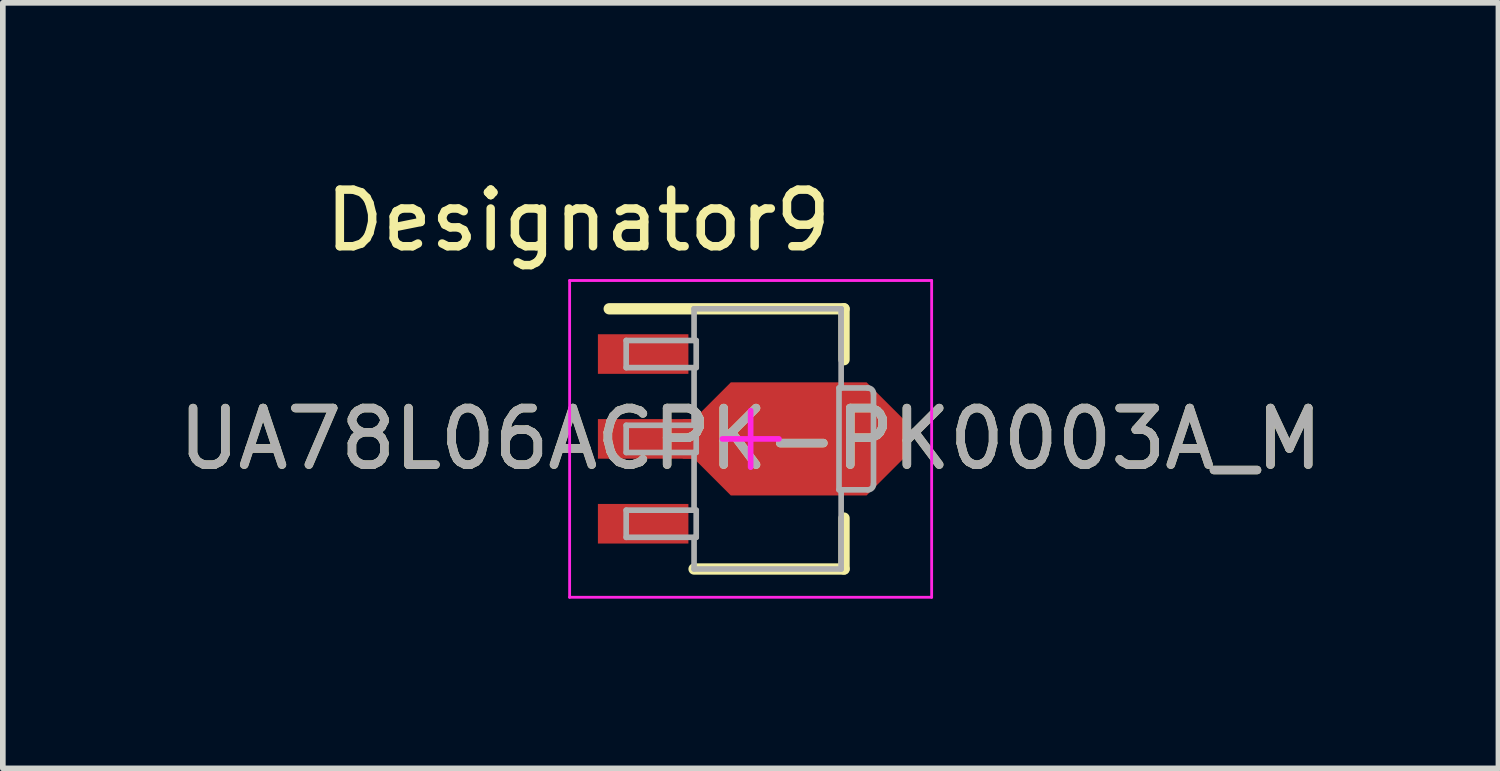
<source format=kicad_pcb>
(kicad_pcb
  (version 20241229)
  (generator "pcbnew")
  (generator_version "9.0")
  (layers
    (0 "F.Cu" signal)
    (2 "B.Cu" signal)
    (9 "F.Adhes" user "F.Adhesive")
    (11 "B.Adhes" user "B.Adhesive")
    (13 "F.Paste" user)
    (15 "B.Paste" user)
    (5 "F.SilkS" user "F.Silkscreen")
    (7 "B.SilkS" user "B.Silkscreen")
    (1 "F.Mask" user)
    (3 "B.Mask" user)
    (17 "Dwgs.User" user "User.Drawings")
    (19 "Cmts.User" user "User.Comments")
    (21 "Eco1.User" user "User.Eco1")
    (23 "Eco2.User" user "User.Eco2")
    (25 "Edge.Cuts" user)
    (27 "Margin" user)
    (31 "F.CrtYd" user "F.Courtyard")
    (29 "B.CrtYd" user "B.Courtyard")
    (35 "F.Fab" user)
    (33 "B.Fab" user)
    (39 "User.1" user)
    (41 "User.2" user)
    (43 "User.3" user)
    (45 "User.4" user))
  (footprint "UA78L06ACPK-PK0003A_M"
    (layer "F.Cu")
    (at 10.22 4.709)
    (property "Reference" "UA78L06ACPK-PK0003A_M" (at 0 0 0) (unlocked yes) (layer "F.SilkS") (effects (font (size 1 1) (thickness 0.15))))
    (attr smd)
    (fp_poly (pts (xy -1 -0.35) (xy -0.35 -1) (xy 2.05 -1) (xy 2.7 -0.35) (xy 2.7 0.35) (xy 2.05 1) (xy -0.35 1) (xy -1 0.35) (xy -1.2 0.35) (xy -1.2 -0.35)) (stroke (width 0) (type solid)) (fill yes) (layer "F.Cu"))
    (fp_poly (pts (xy -1.021 -0.401) (xy -0.386 -1.036) (xy -0.378 -1.042) (xy -0.369 -1.047) (xy -0.36 -1.05) (xy -0.35 -1.051) (xy 2.05 -1.051) (xy 2.06 -1.05) (xy 2.069 -1.047) (xy 2.078 -1.042) (xy 2.086 -1.036) (xy 2.736 -0.386) (xy 2.742 -0.378) (xy 2.747 -0.369) (xy 2.75 -0.36) (xy 2.751 -0.35) (xy 2.751 0.35) (xy 2.75 0.36) (xy 2.747 0.369) (xy 2.742 0.378) (xy 2.736 0.386) (xy 2.086 1.036) (xy 2.078 1.042) (xy 2.069 1.047) (xy 2.06 1.05) (xy 2.05 1.051) (xy -0.35 1.051) (xy -0.36 1.05) (xy -0.369 1.047) (xy -0.378 1.042) (xy -0.386 1.036) (xy -1.021 0.401) (xy -1.2 0.401) (xy -1.21 0.4) (xy -1.219 0.397) (xy -1.228 0.392) (xy -1.236 0.386) (xy -1.242 0.378) (xy -1.247 0.369) (xy -1.25 0.36) (xy -1.251 0.35) (xy -1.251 -0.35) (xy -1.25 -0.36) (xy -1.247 -0.369) (xy -1.242 -0.378) (xy -1.236 -0.386) (xy -1.228 -0.392) (xy -1.219 -0.397) (xy -1.21 -0.4) (xy -1.2 -0.401)) (stroke (width 0) (type solid)) (fill yes) (layer "F.Mask"))
    (fp_line (start -2.5 -2.3) (end 1.651 -2.3) (stroke (width 0.2) (type solid)) (layer "F.SilkS"))
    (fp_line (start -1 2.3) (end 1.651 2.3) (stroke (width 0.2) (type solid)) (layer "F.SilkS"))
    (fp_line (start 1.651 -1.4) (end 1.651 -2.3) (stroke (width 0.2) (type solid)) (layer "F.SilkS"))
    (fp_line (start 1.651 2.3) (end 1.651 1.4) (stroke (width 0.2) (type solid)) (layer "F.SilkS"))
    (fp_poly (pts (xy -1 -0.35) (xy -0.35 -1) (xy 2.05 -1) (xy 2.7 -0.35) (xy 2.7 0.35) (xy 2.05 1) (xy -0.35 1) (xy -1 0.35) (xy -1.2 0.35) (xy -1.2 -0.35)) (stroke (width 0) (type solid)) (fill yes) (layer "F.Paste"))
    (fp_line (start -3.2 -2.8) (end 3.2 -2.8) (stroke (width 0.05) (type solid)) (layer "F.CrtYd"))
    (fp_line (start -3.2 2.8) (end -3.2 -2.8) (stroke (width 0.05) (type solid)) (layer "F.CrtYd"))
    (fp_line (start -3.2 2.8) (end 3.2 2.8) (stroke (width 0.05) (type solid)) (layer "F.CrtYd"))
    (fp_line (start -0.5 0) (end 0.5 0) (stroke (width 0.1) (type solid)) (layer "F.CrtYd"))
    (fp_line (start 0 0.5) (end 0 -0.5) (stroke (width 0.1) (type solid)) (layer "F.CrtYd"))
    (fp_line (start 3.2 2.8) (end 3.2 -2.8) (stroke (width 0.05) (type solid)) (layer "F.CrtYd"))
    (fp_line (start -2.2 -1.74) (end -0.962 -1.74) (stroke (width 0.1) (type solid)) (layer "F.Fab"))
    (fp_line (start -2.2 -1.26) (end -2.2 -1.74) (stroke (width 0.1) (type solid)) (layer "F.Fab"))
    (fp_line (start -2.2 -1.26) (end -0.962 -1.26) (stroke (width 0.1) (type solid)) (layer "F.Fab"))
    (fp_line (start -2.2 -0.24) (end -0.962 -0.24) (stroke (width 0.1) (type solid)) (layer "F.Fab"))
    (fp_line (start -2.2 0.24) (end -2.2 -0.24) (stroke (width 0.1) (type solid)) (layer "F.Fab"))
    (fp_line (start -2.2 0.24) (end -0.962 0.24) (stroke (width 0.1) (type solid)) (layer "F.Fab"))
    (fp_line (start -2.2 1.26) (end -0.962 1.26) (stroke (width 0.1) (type solid)) (layer "F.Fab"))
    (fp_line (start -2.2 1.74) (end -2.2 1.26) (stroke (width 0.1) (type solid)) (layer "F.Fab"))
    (fp_line (start -2.2 1.74) (end -0.962 1.74) (stroke (width 0.1) (type solid)) (layer "F.Fab"))
    (fp_line (start -1 -2.3) (end 1.6 -2.3) (stroke (width 0.1) (type solid)) (layer "F.Fab"))
    (fp_line (start -1 -1.74) (end -1 -2.3) (stroke (width 0.1) (type solid)) (layer "F.Fab"))
    (fp_line (start -1 -0.24) (end -1 -1.26) (stroke (width 0.1) (type solid)) (layer "F.Fab"))
    (fp_line (start -1 1.26) (end -1 0.24) (stroke (width 0.1) (type solid)) (layer "F.Fab"))
    (fp_line (start -1 2.3) (end -1 1.74) (stroke (width 0.1) (type solid)) (layer "F.Fab"))
    (fp_line (start -1 2.3) (end 1.6 2.3) (stroke (width 0.1) (type solid)) (layer "F.Fab"))
    (fp_line (start -0.962 -1.26) (end -0.962 -1.74) (stroke (width 0.1) (type solid)) (layer "F.Fab"))
    (fp_line (start -0.962 0.24) (end -0.962 -0.24) (stroke (width 0.1) (type solid)) (layer "F.Fab"))
    (fp_line (start -0.962 1.74) (end -0.962 1.26) (stroke (width 0.1) (type solid)) (layer "F.Fab"))
    (fp_line (start 1.562 -0.9) (end 2.072 -0.9) (stroke (width 0.1) (type solid)) (layer "F.Fab"))
    (fp_line (start 1.562 0.9) (end 1.562 -0.9) (stroke (width 0.1) (type solid)) (layer "F.Fab"))
    (fp_line (start 1.562 0.9) (end 2.072 0.9) (stroke (width 0.1) (type solid)) (layer "F.Fab"))
    (fp_line (start 1.6 -0.9) (end 1.6 -2.3) (stroke (width 0.1) (type solid)) (layer "F.Fab"))
    (fp_line (start 1.6 2.3) (end 1.6 0.9) (stroke (width 0.1) (type solid)) (layer "F.Fab"))
    (fp_line (start 2.172 0.8) (end 2.172 -0.8) (stroke (width 0.1) (type solid)) (layer "F.Fab"))
    (fp_arc (start 2.072312 -0.899998) (mid 2.143023 -0.870709) (end 2.172312 -0.799998) (stroke (width 0.1) (type solid)) (layer "F.Fab"))
    (fp_arc (start 2.172312 0.800001) (mid 2.143023 0.870711) (end 2.072312 0.900001) (stroke (width 0.1) (type solid)) (layer "F.Fab"))
    (fp_text user "Designator9" (at -3.048 -3.861 0) (unlocked yes) (layer "F.SilkS") (effects (font (size 1 1) (thickness 0.15))))
    (fp_text user "${REFERENCE}" (at 0 0 0) (unlocked yes) (layer "F.Fab") (effects (font (size 1 1) (thickness 0.15))))
    (pad "1" smd rect (at -1.9 -1.5 90) (size 0.7 1.6) (layers "F.Cu" "F.Mask" "F.Paste"))
    (pad "2" smd rect (at -1.85 0 90) (size 0.7 1.7) (layers "F.Cu" "F.Mask" "F.Paste"))
    (pad "3" smd rect (at -1.9 1.5 90) (size 0.7 1.6) (layers "F.Cu" "F.Mask" "F.Paste")))
  (gr_rect
    (start -3 -3)
    (end 23.44 10.534)
    (stroke (width 0.1) (type default))
    (fill no)
    (layer "Edge.Cuts")))
</source>
